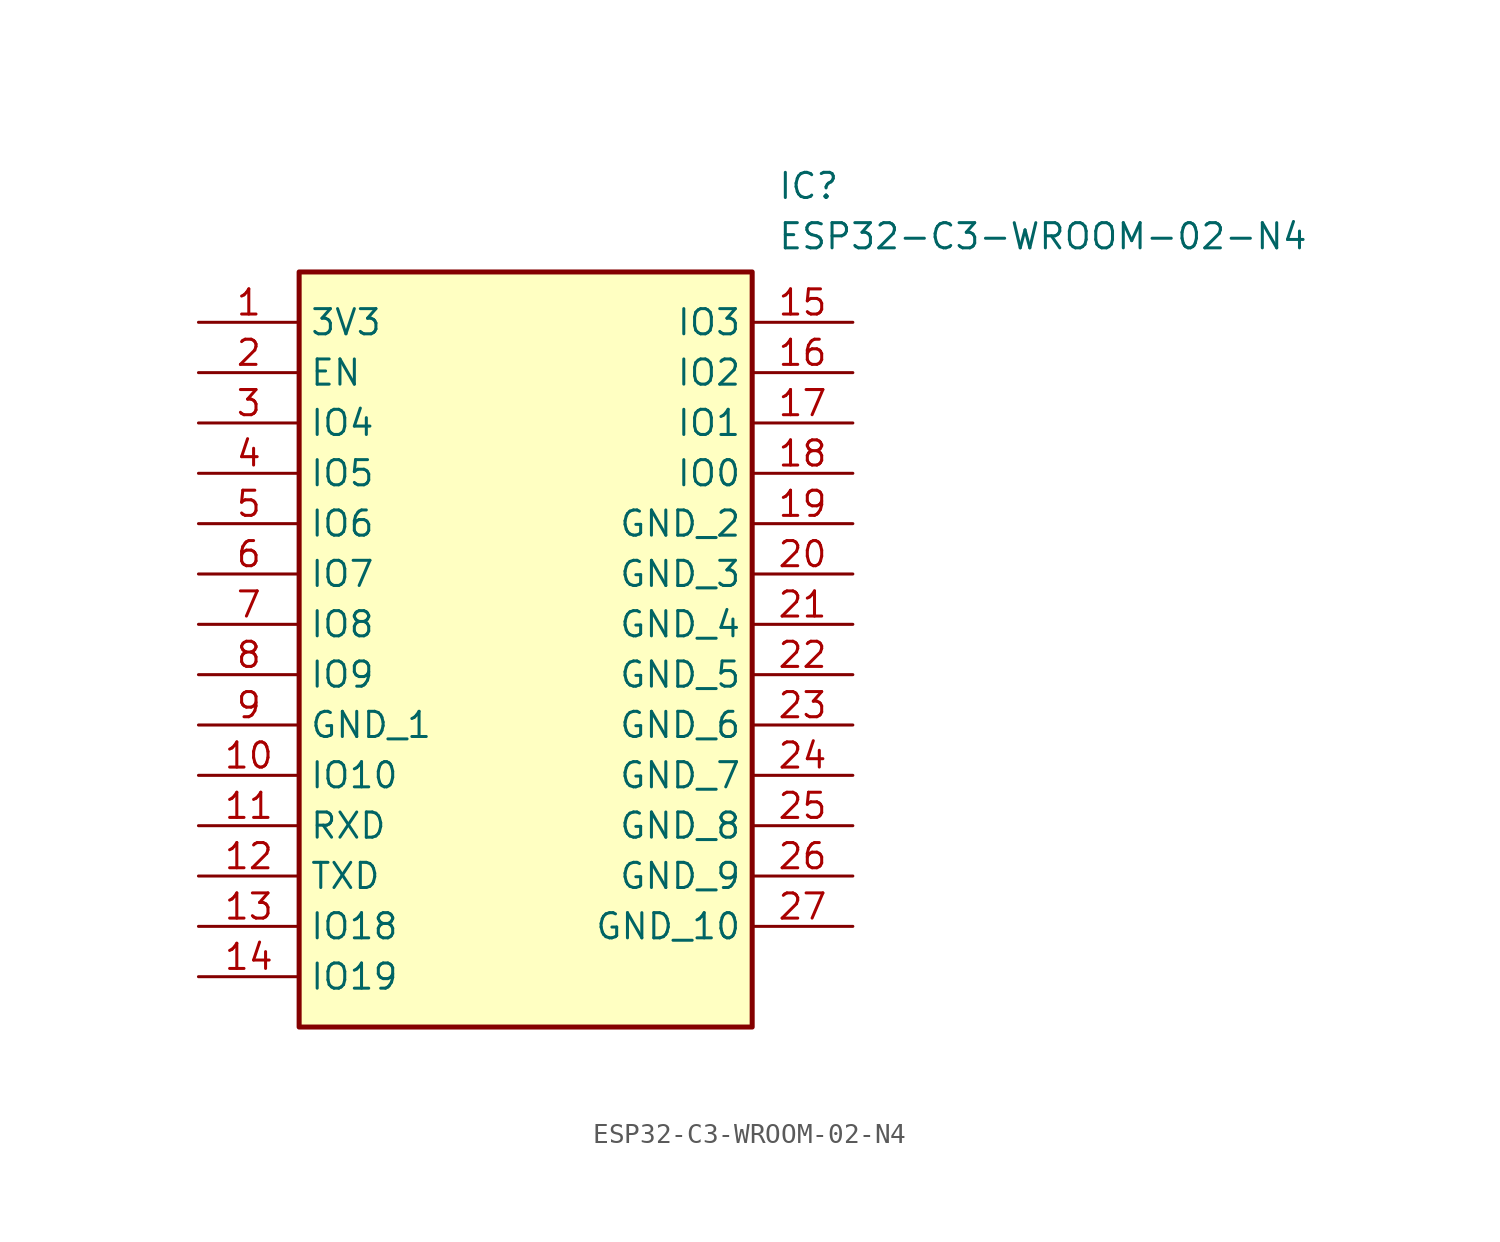
<source format=kicad_sym>
(kicad_symbol_lib
  (version 20211014)
  (generator SamacSys_ECAD_Model)
  (symbol "ESP32-C3-WROOM-02-N4"
    (property "Reference" "IC"
      (at 29.21 7.62 0)
      (effects (font (size 1.27 1.27)) (justify left top)))
    (property "Value" "ESP32-C3-WROOM-02-N4"
      (at 29.21 5.08 0)
      (effects (font (size 1.27 1.27)) (justify left top)))
    (rectangle
      (start 5.08 2.54)
      (end 27.94 -35.56)
      (stroke (width 0.254) (type default))
      (fill (type background)))
    (pin passive line
      (at 0 0 0)
      (length 5.08)
      (name "3V3" (effects (font (size 1.27 1.27))))
      (number "1" (effects (font (size 1.27 1.27)))))
    (pin passive line
      (at 0 -2.54 0)
      (length 5.08)
      (name "EN" (effects (font (size 1.27 1.27))))
      (number "2" (effects (font (size 1.27 1.27)))))
    (pin passive line
      (at 0 -5.08 0)
      (length 5.08)
      (name "IO4" (effects (font (size 1.27 1.27))))
      (number "3" (effects (font (size 1.27 1.27)))))
    (pin passive line
      (at 0 -7.62 0)
      (length 5.08)
      (name "IO5" (effects (font (size 1.27 1.27))))
      (number "4" (effects (font (size 1.27 1.27)))))
    (pin passive line
      (at 0 -10.16 0)
      (length 5.08)
      (name "IO6" (effects (font (size 1.27 1.27))))
      (number "5" (effects (font (size 1.27 1.27)))))
    (pin passive line
      (at 0 -12.7 0)
      (length 5.08)
      (name "IO7" (effects (font (size 1.27 1.27))))
      (number "6" (effects (font (size 1.27 1.27)))))
    (pin passive line
      (at 0 -15.24 0)
      (length 5.08)
      (name "IO8" (effects (font (size 1.27 1.27))))
      (number "7" (effects (font (size 1.27 1.27)))))
    (pin passive line
      (at 0 -17.78 0)
      (length 5.08)
      (name "IO9" (effects (font (size 1.27 1.27))))
      (number "8" (effects (font (size 1.27 1.27)))))
    (pin passive line
      (at 0 -20.32 0)
      (length 5.08)
      (name "GND_1" (effects (font (size 1.27 1.27))))
      (number "9" (effects (font (size 1.27 1.27)))))
    (pin passive line
      (at 0 -22.86 0)
      (length 5.08)
      (name "IO10" (effects (font (size 1.27 1.27))))
      (number "10" (effects (font (size 1.27 1.27)))))
    (pin passive line
      (at 0 -25.4 0)
      (length 5.08)
      (name "RXD" (effects (font (size 1.27 1.27))))
      (number "11" (effects (font (size 1.27 1.27)))))
    (pin passive line
      (at 0 -27.94 0)
      (length 5.08)
      (name "TXD" (effects (font (size 1.27 1.27))))
      (number "12" (effects (font (size 1.27 1.27)))))
    (pin passive line
      (at 0 -30.48 0)
      (length 5.08)
      (name "IO18" (effects (font (size 1.27 1.27))))
      (number "13" (effects (font (size 1.27 1.27)))))
    (pin passive line
      (at 0 -33.02 0)
      (length 5.08)
      (name "IO19" (effects (font (size 1.27 1.27))))
      (number "14" (effects (font (size 1.27 1.27)))))
    (pin passive line
      (at 33.02 0 180)
      (length 5.08)
      (name "IO3" (effects (font (size 1.27 1.27))))
      (number "15" (effects (font (size 1.27 1.27)))))
    (pin passive line
      (at 33.02 -2.54 180)
      (length 5.08)
      (name "IO2" (effects (font (size 1.27 1.27))))
      (number "16" (effects (font (size 1.27 1.27)))))
    (pin passive line
      (at 33.02 -5.08 180)
      (length 5.08)
      (name "IO1" (effects (font (size 1.27 1.27))))
      (number "17" (effects (font (size 1.27 1.27)))))
    (pin passive line
      (at 33.02 -7.62 180)
      (length 5.08)
      (name "IO0" (effects (font (size 1.27 1.27))))
      (number "18" (effects (font (size 1.27 1.27)))))
    (pin passive line
      (at 33.02 -10.16 180)
      (length 5.08)
      (name "GND_2" (effects (font (size 1.27 1.27))))
      (number "19" (effects (font (size 1.27 1.27)))))
    (pin passive line
      (at 33.02 -12.7 180)
      (length 5.08)
      (name "GND_3" (effects (font (size 1.27 1.27))))
      (number "20" (effects (font (size 1.27 1.27)))))
    (pin passive line
      (at 33.02 -15.24 180)
      (length 5.08)
      (name "GND_4" (effects (font (size 1.27 1.27))))
      (number "21" (effects (font (size 1.27 1.27)))))
    (pin passive line
      (at 33.02 -17.78 180)
      (length 5.08)
      (name "GND_5" (effects (font (size 1.27 1.27))))
      (number "22" (effects (font (size 1.27 1.27)))))
    (pin passive line
      (at 33.02 -20.32 180)
      (length 5.08)
      (name "GND_6" (effects (font (size 1.27 1.27))))
      (number "23" (effects (font (size 1.27 1.27)))))
    (pin passive line
      (at 33.02 -22.86 180)
      (length 5.08)
      (name "GND_7" (effects (font (size 1.27 1.27))))
      (number "24" (effects (font (size 1.27 1.27)))))
    (pin passive line
      (at 33.02 -25.4 180)
      (length 5.08)
      (name "GND_8" (effects (font (size 1.27 1.27))))
      (number "25" (effects (font (size 1.27 1.27)))))
    (pin passive line
      (at 33.02 -27.94 180)
      (length 5.08)
      (name "GND_9" (effects (font (size 1.27 1.27))))
      (number "26" (effects (font (size 1.27 1.27)))))
    (pin passive line
      (at 33.02 -30.48 180)
      (length 5.08)
      (name "GND_10" (effects (font (size 1.27 1.27))))
      (number "27" (effects (font (size 1.27 1.27)))))))
</source>
